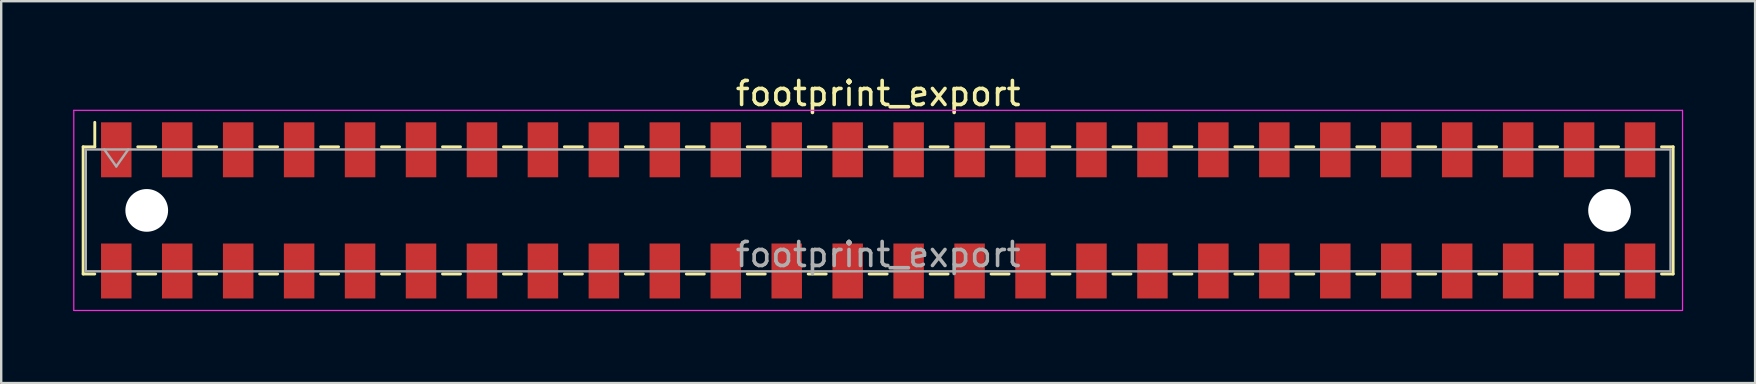
<source format=kicad_pcb>
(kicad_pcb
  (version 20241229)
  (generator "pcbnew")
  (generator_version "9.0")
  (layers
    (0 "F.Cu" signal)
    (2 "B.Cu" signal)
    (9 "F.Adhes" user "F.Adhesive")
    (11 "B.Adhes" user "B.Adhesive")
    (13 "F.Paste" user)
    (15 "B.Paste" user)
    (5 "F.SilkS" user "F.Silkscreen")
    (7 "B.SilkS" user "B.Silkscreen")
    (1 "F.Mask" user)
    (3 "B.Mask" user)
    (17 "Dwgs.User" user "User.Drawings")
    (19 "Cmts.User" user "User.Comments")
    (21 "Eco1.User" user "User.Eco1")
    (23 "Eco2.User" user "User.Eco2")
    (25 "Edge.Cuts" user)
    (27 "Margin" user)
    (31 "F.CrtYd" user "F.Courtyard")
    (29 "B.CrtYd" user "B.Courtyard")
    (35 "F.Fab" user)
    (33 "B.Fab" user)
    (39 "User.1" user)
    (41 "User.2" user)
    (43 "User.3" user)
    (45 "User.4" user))
  (footprint "footprint_export"
    (layer "F.Cu")
    (at 33.545 5.718)
    (property "Reference" "footprint_export" (at 0 -4.87 0) (layer "F.SilkS") (effects (font (size 1 1) (thickness 0.15))))
    (attr smd)
    (fp_line (start -33.13 -2.65) (end -33.13 2.65) (stroke (width 0.12) (type solid)) (layer "F.SilkS"))
    (fp_line (start -33.13 2.65) (end -32.645 2.65) (stroke (width 0.12) (type solid)) (layer "F.SilkS"))
    (fp_line (start -32.645 -3.67) (end -32.645 -2.65) (stroke (width 0.12) (type solid)) (layer "F.SilkS"))
    (fp_line (start -32.645 -2.65) (end -33.13 -2.65) (stroke (width 0.12) (type solid)) (layer "F.SilkS"))
    (fp_line (start -30.855 -2.65) (end -30.105 -2.65) (stroke (width 0.12) (type solid)) (layer "F.SilkS"))
    (fp_line (start -30.855 2.65) (end -30.105 2.65) (stroke (width 0.12) (type solid)) (layer "F.SilkS"))
    (fp_line (start -28.315 -2.65) (end -27.565 -2.65) (stroke (width 0.12) (type solid)) (layer "F.SilkS"))
    (fp_line (start -28.315 2.65) (end -27.565 2.65) (stroke (width 0.12) (type solid)) (layer "F.SilkS"))
    (fp_line (start -25.775 -2.65) (end -25.025 -2.65) (stroke (width 0.12) (type solid)) (layer "F.SilkS"))
    (fp_line (start -25.775 2.65) (end -25.025 2.65) (stroke (width 0.12) (type solid)) (layer "F.SilkS"))
    (fp_line (start -23.235 -2.65) (end -22.485 -2.65) (stroke (width 0.12) (type solid)) (layer "F.SilkS"))
    (fp_line (start -23.235 2.65) (end -22.485 2.65) (stroke (width 0.12) (type solid)) (layer "F.SilkS"))
    (fp_line (start -20.695 -2.65) (end -19.945 -2.65) (stroke (width 0.12) (type solid)) (layer "F.SilkS"))
    (fp_line (start -20.695 2.65) (end -19.945 2.65) (stroke (width 0.12) (type solid)) (layer "F.SilkS"))
    (fp_line (start -18.155 -2.65) (end -17.405 -2.65) (stroke (width 0.12) (type solid)) (layer "F.SilkS"))
    (fp_line (start -18.155 2.65) (end -17.405 2.65) (stroke (width 0.12) (type solid)) (layer "F.SilkS"))
    (fp_line (start -15.615 -2.65) (end -14.865 -2.65) (stroke (width 0.12) (type solid)) (layer "F.SilkS"))
    (fp_line (start -15.615 2.65) (end -14.865 2.65) (stroke (width 0.12) (type solid)) (layer "F.SilkS"))
    (fp_line (start -13.075 -2.65) (end -12.325 -2.65) (stroke (width 0.12) (type solid)) (layer "F.SilkS"))
    (fp_line (start -13.075 2.65) (end -12.325 2.65) (stroke (width 0.12) (type solid)) (layer "F.SilkS"))
    (fp_line (start -10.535 -2.65) (end -9.785 -2.65) (stroke (width 0.12) (type solid)) (layer "F.SilkS"))
    (fp_line (start -10.535 2.65) (end -9.785 2.65) (stroke (width 0.12) (type solid)) (layer "F.SilkS"))
    (fp_line (start -7.995 -2.65) (end -7.245 -2.65) (stroke (width 0.12) (type solid)) (layer "F.SilkS"))
    (fp_line (start -7.995 2.65) (end -7.245 2.65) (stroke (width 0.12) (type solid)) (layer "F.SilkS"))
    (fp_line (start -5.455 -2.65) (end -4.705 -2.65) (stroke (width 0.12) (type solid)) (layer "F.SilkS"))
    (fp_line (start -5.455 2.65) (end -4.705 2.65) (stroke (width 0.12) (type solid)) (layer "F.SilkS"))
    (fp_line (start -2.915 -2.65) (end -2.165 -2.65) (stroke (width 0.12) (type solid)) (layer "F.SilkS"))
    (fp_line (start -2.915 2.65) (end -2.165 2.65) (stroke (width 0.12) (type solid)) (layer "F.SilkS"))
    (fp_line (start -0.375 -2.65) (end 0.375 -2.65) (stroke (width 0.12) (type solid)) (layer "F.SilkS"))
    (fp_line (start -0.375 2.65) (end 0.375 2.65) (stroke (width 0.12) (type solid)) (layer "F.SilkS"))
    (fp_line (start 2.165 -2.65) (end 2.915 -2.65) (stroke (width 0.12) (type solid)) (layer "F.SilkS"))
    (fp_line (start 2.165 2.65) (end 2.915 2.65) (stroke (width 0.12) (type solid)) (layer "F.SilkS"))
    (fp_line (start 4.705 -2.65) (end 5.455 -2.65) (stroke (width 0.12) (type solid)) (layer "F.SilkS"))
    (fp_line (start 4.705 2.65) (end 5.455 2.65) (stroke (width 0.12) (type solid)) (layer "F.SilkS"))
    (fp_line (start 7.245 -2.65) (end 7.995 -2.65) (stroke (width 0.12) (type solid)) (layer "F.SilkS"))
    (fp_line (start 7.245 2.65) (end 7.995 2.65) (stroke (width 0.12) (type solid)) (layer "F.SilkS"))
    (fp_line (start 9.785 -2.65) (end 10.535 -2.65) (stroke (width 0.12) (type solid)) (layer "F.SilkS"))
    (fp_line (start 9.785 2.65) (end 10.535 2.65) (stroke (width 0.12) (type solid)) (layer "F.SilkS"))
    (fp_line (start 12.325 -2.65) (end 13.075 -2.65) (stroke (width 0.12) (type solid)) (layer "F.SilkS"))
    (fp_line (start 12.325 2.65) (end 13.075 2.65) (stroke (width 0.12) (type solid)) (layer "F.SilkS"))
    (fp_line (start 14.865 -2.65) (end 15.615 -2.65) (stroke (width 0.12) (type solid)) (layer "F.SilkS"))
    (fp_line (start 14.865 2.65) (end 15.615 2.65) (stroke (width 0.12) (type solid)) (layer "F.SilkS"))
    (fp_line (start 17.405 -2.65) (end 18.155 -2.65) (stroke (width 0.12) (type solid)) (layer "F.SilkS"))
    (fp_line (start 17.405 2.65) (end 18.155 2.65) (stroke (width 0.12) (type solid)) (layer "F.SilkS"))
    (fp_line (start 19.945 -2.65) (end 20.695 -2.65) (stroke (width 0.12) (type solid)) (layer "F.SilkS"))
    (fp_line (start 19.945 2.65) (end 20.695 2.65) (stroke (width 0.12) (type solid)) (layer "F.SilkS"))
    (fp_line (start 22.485 -2.65) (end 23.235 -2.65) (stroke (width 0.12) (type solid)) (layer "F.SilkS"))
    (fp_line (start 22.485 2.65) (end 23.235 2.65) (stroke (width 0.12) (type solid)) (layer "F.SilkS"))
    (fp_line (start 25.025 -2.65) (end 25.775 -2.65) (stroke (width 0.12) (type solid)) (layer "F.SilkS"))
    (fp_line (start 25.025 2.65) (end 25.775 2.65) (stroke (width 0.12) (type solid)) (layer "F.SilkS"))
    (fp_line (start 27.565 -2.65) (end 28.315 -2.65) (stroke (width 0.12) (type solid)) (layer "F.SilkS"))
    (fp_line (start 27.565 2.65) (end 28.315 2.65) (stroke (width 0.12) (type solid)) (layer "F.SilkS"))
    (fp_line (start 30.105 -2.65) (end 30.855 -2.65) (stroke (width 0.12) (type solid)) (layer "F.SilkS"))
    (fp_line (start 30.105 2.65) (end 30.855 2.65) (stroke (width 0.12) (type solid)) (layer "F.SilkS"))
    (fp_line (start 32.645 -2.65) (end 33.13 -2.65) (stroke (width 0.12) (type solid)) (layer "F.SilkS"))
    (fp_line (start 33.13 -2.65) (end 33.13 2.65) (stroke (width 0.12) (type solid)) (layer "F.SilkS"))
    (fp_line (start 33.13 2.65) (end 32.645 2.65) (stroke (width 0.12) (type solid)) (layer "F.SilkS"))
    (fp_line (start -33.52 -4.17) (end 33.52 -4.17) (stroke (width 0.05) (type solid)) (layer "F.CrtYd"))
    (fp_line (start -33.52 4.17) (end -33.52 -4.17) (stroke (width 0.05) (type solid)) (layer "F.CrtYd"))
    (fp_line (start 33.52 -4.17) (end 33.52 4.17) (stroke (width 0.05) (type solid)) (layer "F.CrtYd"))
    (fp_line (start 33.52 4.17) (end -33.52 4.17) (stroke (width 0.05) (type solid)) (layer "F.CrtYd"))
    (fp_line (start -33.02 -2.54) (end 33.02 -2.54) (stroke (width 0.1) (type solid)) (layer "F.Fab"))
    (fp_line (start -33.02 2.54) (end -33.02 -2.54) (stroke (width 0.1) (type solid)) (layer "F.Fab"))
    (fp_line (start -32.25 -2.54) (end -31.75 -1.833) (stroke (width 0.1) (type solid)) (layer "F.Fab"))
    (fp_line (start -31.75 -1.833) (end -31.25 -2.54) (stroke (width 0.1) (type solid)) (layer "F.Fab"))
    (fp_line (start 33.02 -2.54) (end 33.02 2.54) (stroke (width 0.1) (type solid)) (layer "F.Fab"))
    (fp_line (start 33.02 2.54) (end -33.02 2.54) (stroke (width 0.1) (type solid)) (layer "F.Fab"))
    (fp_text user "${REFERENCE}" (at 0 1.84 0) (layer "F.Fab") (effects (font (size 1 1) (thickness 0.15))))
    (pad "" np_thru_hole circle (at -30.48 0) (size 1.78 1.78) (drill 1.78) (layers "*.Cu" "*.Mask"))
    (pad "" np_thru_hole circle (at 30.48 0) (size 1.78 1.78) (drill 1.78) (layers "*.Cu" "*.Mask"))
    (pad "1" smd rect (at -31.75 -2.525) (size 1.27 2.29) (layers "F.Cu" "F.Mask" "F.Paste"))
    (pad "2" smd rect (at -31.75 2.525) (size 1.27 2.29) (layers "F.Cu" "F.Mask" "F.Paste"))
    (pad "3" smd rect (at -29.21 -2.525) (size 1.27 2.29) (layers "F.Cu" "F.Mask" "F.Paste"))
    (pad "4" smd rect (at -29.21 2.525) (size 1.27 2.29) (layers "F.Cu" "F.Mask" "F.Paste"))
    (pad "5" smd rect (at -26.67 -2.525) (size 1.27 2.29) (layers "F.Cu" "F.Mask" "F.Paste"))
    (pad "6" smd rect (at -26.67 2.525) (size 1.27 2.29) (layers "F.Cu" "F.Mask" "F.Paste"))
    (pad "7" smd rect (at -24.13 -2.525) (size 1.27 2.29) (layers "F.Cu" "F.Mask" "F.Paste"))
    (pad "8" smd rect (at -24.13 2.525) (size 1.27 2.29) (layers "F.Cu" "F.Mask" "F.Paste"))
    (pad "9" smd rect (at -21.59 -2.525) (size 1.27 2.29) (layers "F.Cu" "F.Mask" "F.Paste"))
    (pad "10" smd rect (at -21.59 2.525) (size 1.27 2.29) (layers "F.Cu" "F.Mask" "F.Paste"))
    (pad "11" smd rect (at -19.05 -2.525) (size 1.27 2.29) (layers "F.Cu" "F.Mask" "F.Paste"))
    (pad "12" smd rect (at -19.05 2.525) (size 1.27 2.29) (layers "F.Cu" "F.Mask" "F.Paste"))
    (pad "13" smd rect (at -16.51 -2.525) (size 1.27 2.29) (layers "F.Cu" "F.Mask" "F.Paste"))
    (pad "14" smd rect (at -16.51 2.525) (size 1.27 2.29) (layers "F.Cu" "F.Mask" "F.Paste"))
    (pad "15" smd rect (at -13.97 -2.525) (size 1.27 2.29) (layers "F.Cu" "F.Mask" "F.Paste"))
    (pad "16" smd rect (at -13.97 2.525) (size 1.27 2.29) (layers "F.Cu" "F.Mask" "F.Paste"))
    (pad "17" smd rect (at -11.43 -2.525) (size 1.27 2.29) (layers "F.Cu" "F.Mask" "F.Paste"))
    (pad "18" smd rect (at -11.43 2.525) (size 1.27 2.29) (layers "F.Cu" "F.Mask" "F.Paste"))
    (pad "19" smd rect (at -8.89 -2.525) (size 1.27 2.29) (layers "F.Cu" "F.Mask" "F.Paste"))
    (pad "20" smd rect (at -8.89 2.525) (size 1.27 2.29) (layers "F.Cu" "F.Mask" "F.Paste"))
    (pad "21" smd rect (at -6.35 -2.525) (size 1.27 2.29) (layers "F.Cu" "F.Mask" "F.Paste"))
    (pad "22" smd rect (at -6.35 2.525) (size 1.27 2.29) (layers "F.Cu" "F.Mask" "F.Paste"))
    (pad "23" smd rect (at -3.81 -2.525) (size 1.27 2.29) (layers "F.Cu" "F.Mask" "F.Paste"))
    (pad "24" smd rect (at -3.81 2.525) (size 1.27 2.29) (layers "F.Cu" "F.Mask" "F.Paste"))
    (pad "25" smd rect (at -1.27 -2.525) (size 1.27 2.29) (layers "F.Cu" "F.Mask" "F.Paste"))
    (pad "26" smd rect (at -1.27 2.525) (size 1.27 2.29) (layers "F.Cu" "F.Mask" "F.Paste"))
    (pad "27" smd rect (at 1.27 -2.525) (size 1.27 2.29) (layers "F.Cu" "F.Mask" "F.Paste"))
    (pad "28" smd rect (at 1.27 2.525) (size 1.27 2.29) (layers "F.Cu" "F.Mask" "F.Paste"))
    (pad "29" smd rect (at 3.81 -2.525) (size 1.27 2.29) (layers "F.Cu" "F.Mask" "F.Paste"))
    (pad "30" smd rect (at 3.81 2.525) (size 1.27 2.29) (layers "F.Cu" "F.Mask" "F.Paste"))
    (pad "31" smd rect (at 6.35 -2.525) (size 1.27 2.29) (layers "F.Cu" "F.Mask" "F.Paste"))
    (pad "32" smd rect (at 6.35 2.525) (size 1.27 2.29) (layers "F.Cu" "F.Mask" "F.Paste"))
    (pad "33" smd rect (at 8.89 -2.525) (size 1.27 2.29) (layers "F.Cu" "F.Mask" "F.Paste"))
    (pad "34" smd rect (at 8.89 2.525) (size 1.27 2.29) (layers "F.Cu" "F.Mask" "F.Paste"))
    (pad "35" smd rect (at 11.43 -2.525) (size 1.27 2.29) (layers "F.Cu" "F.Mask" "F.Paste"))
    (pad "36" smd rect (at 11.43 2.525) (size 1.27 2.29) (layers "F.Cu" "F.Mask" "F.Paste"))
    (pad "37" smd rect (at 13.97 -2.525) (size 1.27 2.29) (layers "F.Cu" "F.Mask" "F.Paste"))
    (pad "38" smd rect (at 13.97 2.525) (size 1.27 2.29) (layers "F.Cu" "F.Mask" "F.Paste"))
    (pad "39" smd rect (at 16.51 -2.525) (size 1.27 2.29) (layers "F.Cu" "F.Mask" "F.Paste"))
    (pad "40" smd rect (at 16.51 2.525) (size 1.27 2.29) (layers "F.Cu" "F.Mask" "F.Paste"))
    (pad "41" smd rect (at 19.05 -2.525) (size 1.27 2.29) (layers "F.Cu" "F.Mask" "F.Paste"))
    (pad "42" smd rect (at 19.05 2.525) (size 1.27 2.29) (layers "F.Cu" "F.Mask" "F.Paste"))
    (pad "43" smd rect (at 21.59 -2.525) (size 1.27 2.29) (layers "F.Cu" "F.Mask" "F.Paste"))
    (pad "44" smd rect (at 21.59 2.525) (size 1.27 2.29) (layers "F.Cu" "F.Mask" "F.Paste"))
    (pad "45" smd rect (at 24.13 -2.525) (size 1.27 2.29) (layers "F.Cu" "F.Mask" "F.Paste"))
    (pad "46" smd rect (at 24.13 2.525) (size 1.27 2.29) (layers "F.Cu" "F.Mask" "F.Paste"))
    (pad "47" smd rect (at 26.67 -2.525) (size 1.27 2.29) (layers "F.Cu" "F.Mask" "F.Paste"))
    (pad "48" smd rect (at 26.67 2.525) (size 1.27 2.29) (layers "F.Cu" "F.Mask" "F.Paste"))
    (pad "49" smd rect (at 29.21 -2.525) (size 1.27 2.29) (layers "F.Cu" "F.Mask" "F.Paste"))
    (pad "50" smd rect (at 29.21 2.525) (size 1.27 2.29) (layers "F.Cu" "F.Mask" "F.Paste"))
    (pad "51" smd rect (at 31.75 -2.525) (size 1.27 2.29) (layers "F.Cu" "F.Mask" "F.Paste"))
    (pad "52" smd rect (at 31.75 2.525) (size 1.27 2.29) (layers "F.Cu" "F.Mask" "F.Paste")))
  (gr_rect
    (start -3 -3)
    (end 70.09 12.913)
    (stroke (width 0.1) (type default))
    (fill no)
    (layer "Edge.Cuts")))
</source>
